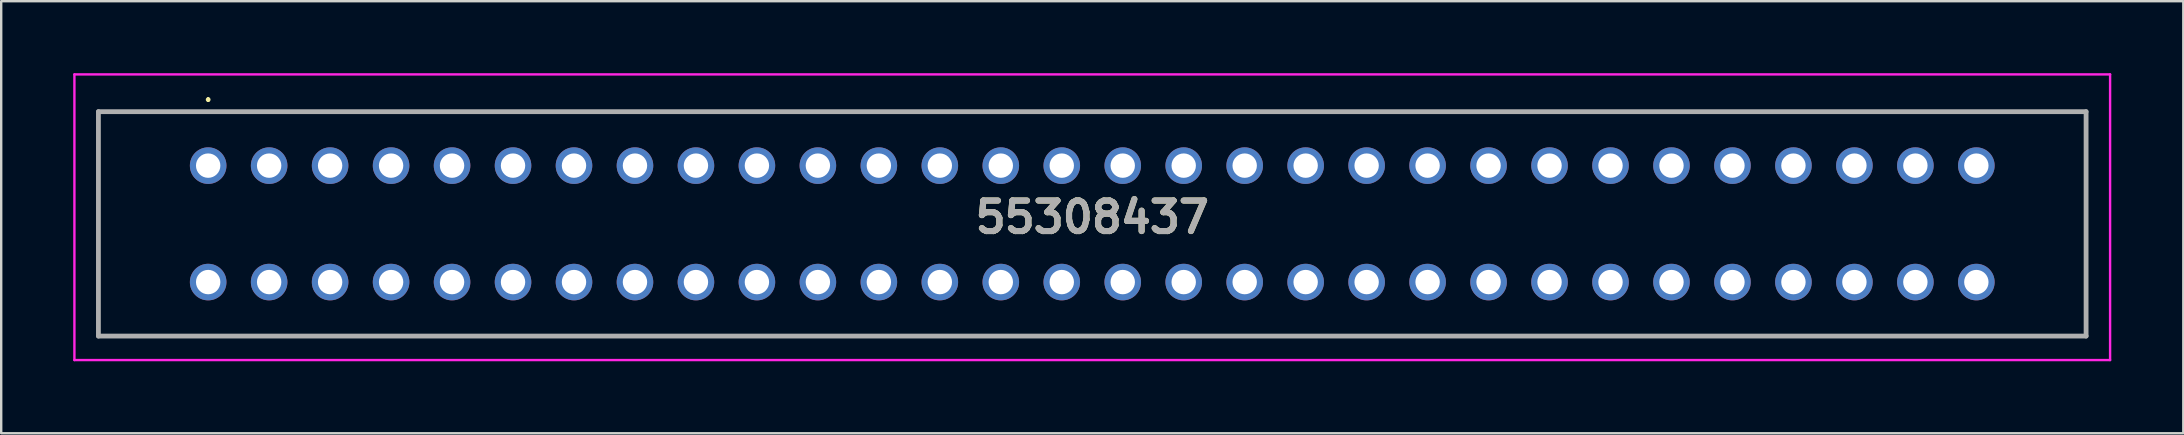
<source format=kicad_pcb>
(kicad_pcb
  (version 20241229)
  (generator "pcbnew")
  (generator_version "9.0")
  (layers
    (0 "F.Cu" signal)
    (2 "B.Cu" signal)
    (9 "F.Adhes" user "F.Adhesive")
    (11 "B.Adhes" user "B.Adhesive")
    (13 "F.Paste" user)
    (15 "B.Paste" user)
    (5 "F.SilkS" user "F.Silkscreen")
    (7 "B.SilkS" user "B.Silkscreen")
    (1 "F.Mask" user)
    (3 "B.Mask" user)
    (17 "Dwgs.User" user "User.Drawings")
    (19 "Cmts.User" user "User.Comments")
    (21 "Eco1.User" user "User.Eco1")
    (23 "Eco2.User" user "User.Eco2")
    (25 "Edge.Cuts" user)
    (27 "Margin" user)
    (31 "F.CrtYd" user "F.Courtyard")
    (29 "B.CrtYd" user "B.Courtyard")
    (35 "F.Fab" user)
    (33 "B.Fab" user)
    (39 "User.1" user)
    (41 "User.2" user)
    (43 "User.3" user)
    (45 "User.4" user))
  (footprint "55308437"
    (layer "F.Cu")
    (at 5.622 3.85)
    (property "Reference" "55308437" (at 36.83 2.15 0) (layer "F.SilkS") (effects (font (size 1.27 1.27) (thickness 0.254))))
    (attr through_hole)
    (fp_line (start -4.572 -2.248) (end 78.232 -2.248) (stroke (width 0.1) (type solid)) (layer "F.SilkS"))
    (fp_line (start -4.572 7.1) (end -4.572 -2.248) (stroke (width 0.1) (type solid)) (layer "F.SilkS"))
    (fp_line (start 0 -2.8) (end 0 -2.8) (stroke (width 0.1) (type solid)) (layer "F.SilkS"))
    (fp_line (start 0 -2.7) (end 0 -2.7) (stroke (width 0.1) (type solid)) (layer "F.SilkS"))
    (fp_line (start 78.232 -2.248) (end 78.232 7.1) (stroke (width 0.1) (type solid)) (layer "F.SilkS"))
    (fp_line (start 78.232 7.1) (end -4.572 7.1) (stroke (width 0.1) (type solid)) (layer "F.SilkS"))
    (fp_arc (start 0 -2.8) (mid 0.05 -2.75) (end 0 -2.7) (stroke (width 0.1) (type solid)) (layer "F.SilkS"))
    (fp_arc (start 0 -2.7) (mid -0.05 -2.75) (end 0 -2.8) (stroke (width 0.1) (type solid)) (layer "F.SilkS"))
    (fp_line (start -5.572 -3.8) (end 79.232 -3.8) (stroke (width 0.1) (type solid)) (layer "F.CrtYd"))
    (fp_line (start -5.572 8.1) (end -5.572 -3.8) (stroke (width 0.1) (type solid)) (layer "F.CrtYd"))
    (fp_line (start 79.232 -3.8) (end 79.232 8.1) (stroke (width 0.1) (type solid)) (layer "F.CrtYd"))
    (fp_line (start 79.232 8.1) (end -5.572 8.1) (stroke (width 0.1) (type solid)) (layer "F.CrtYd"))
    (fp_line (start -4.572 -2.248) (end 78.232 -2.248) (stroke (width 0.2) (type solid)) (layer "F.Fab"))
    (fp_line (start -4.572 7.1) (end -4.572 -2.248) (stroke (width 0.2) (type solid)) (layer "F.Fab"))
    (fp_line (start 78.232 -2.248) (end 78.232 7.1) (stroke (width 0.2) (type solid)) (layer "F.Fab"))
    (fp_line (start 78.232 7.1) (end -4.572 7.1) (stroke (width 0.2) (type solid)) (layer "F.Fab"))
    (fp_text user "${REFERENCE}" (at 36.83 2.15 0) (layer "F.Fab") (effects (font (size 1.27 1.27) (thickness 0.254))))
    (pad "1" thru_hole circle (at 0 0) (size 1.524 1.524) (drill 1.016) (layers "*.Cu" "*.Mask"))
    (pad "2" thru_hole circle (at 0 4.851) (size 1.524 1.524) (drill 1.016) (layers "*.Cu" "*.Mask"))
    (pad "3" thru_hole circle (at 2.54 0) (size 1.524 1.524) (drill 1.016) (layers "*.Cu" "*.Mask"))
    (pad "4" thru_hole circle (at 2.54 4.851) (size 1.524 1.524) (drill 1.016) (layers "*.Cu" "*.Mask"))
    (pad "5" thru_hole circle (at 5.08 0) (size 1.524 1.524) (drill 1.016) (layers "*.Cu" "*.Mask"))
    (pad "6" thru_hole circle (at 5.08 4.851) (size 1.524 1.524) (drill 1.016) (layers "*.Cu" "*.Mask"))
    (pad "7" thru_hole circle (at 7.62 0) (size 1.524 1.524) (drill 1.016) (layers "*.Cu" "*.Mask"))
    (pad "8" thru_hole circle (at 7.62 4.851) (size 1.524 1.524) (drill 1.016) (layers "*.Cu" "*.Mask"))
    (pad "9" thru_hole circle (at 10.16 0) (size 1.524 1.524) (drill 1.016) (layers "*.Cu" "*.Mask"))
    (pad "10" thru_hole circle (at 10.16 4.851) (size 1.524 1.524) (drill 1.016) (layers "*.Cu" "*.Mask"))
    (pad "11" thru_hole circle (at 12.7 0) (size 1.524 1.524) (drill 1.016) (layers "*.Cu" "*.Mask"))
    (pad "12" thru_hole circle (at 12.7 4.851) (size 1.524 1.524) (drill 1.016) (layers "*.Cu" "*.Mask"))
    (pad "13" thru_hole circle (at 15.24 0) (size 1.524 1.524) (drill 1.016) (layers "*.Cu" "*.Mask"))
    (pad "14" thru_hole circle (at 15.24 4.851) (size 1.524 1.524) (drill 1.016) (layers "*.Cu" "*.Mask"))
    (pad "15" thru_hole circle (at 17.78 0) (size 1.524 1.524) (drill 1.016) (layers "*.Cu" "*.Mask"))
    (pad "16" thru_hole circle (at 17.78 4.851) (size 1.524 1.524) (drill 1.016) (layers "*.Cu" "*.Mask"))
    (pad "17" thru_hole circle (at 20.32 0) (size 1.524 1.524) (drill 1.016) (layers "*.Cu" "*.Mask"))
    (pad "18" thru_hole circle (at 20.32 4.851) (size 1.524 1.524) (drill 1.016) (layers "*.Cu" "*.Mask"))
    (pad "19" thru_hole circle (at 22.86 0) (size 1.524 1.524) (drill 1.016) (layers "*.Cu" "*.Mask"))
    (pad "20" thru_hole circle (at 22.86 4.851) (size 1.524 1.524) (drill 1.016) (layers "*.Cu" "*.Mask"))
    (pad "21" thru_hole circle (at 25.4 0) (size 1.524 1.524) (drill 1.016) (layers "*.Cu" "*.Mask"))
    (pad "22" thru_hole circle (at 25.4 4.851) (size 1.524 1.524) (drill 1.016) (layers "*.Cu" "*.Mask"))
    (pad "23" thru_hole circle (at 27.94 0) (size 1.524 1.524) (drill 1.016) (layers "*.Cu" "*.Mask"))
    (pad "24" thru_hole circle (at 27.94 4.851) (size 1.524 1.524) (drill 1.016) (layers "*.Cu" "*.Mask"))
    (pad "25" thru_hole circle (at 30.48 0) (size 1.524 1.524) (drill 1.016) (layers "*.Cu" "*.Mask"))
    (pad "26" thru_hole circle (at 30.48 4.851) (size 1.524 1.524) (drill 1.016) (layers "*.Cu" "*.Mask"))
    (pad "27" thru_hole circle (at 33.02 0) (size 1.524 1.524) (drill 1.016) (layers "*.Cu" "*.Mask"))
    (pad "28" thru_hole circle (at 33.02 4.851) (size 1.524 1.524) (drill 1.016) (layers "*.Cu" "*.Mask"))
    (pad "29" thru_hole circle (at 35.56 0) (size 1.524 1.524) (drill 1.016) (layers "*.Cu" "*.Mask"))
    (pad "30" thru_hole circle (at 35.56 4.851) (size 1.524 1.524) (drill 1.016) (layers "*.Cu" "*.Mask"))
    (pad "31" thru_hole circle (at 38.1 0) (size 1.524 1.524) (drill 1.016) (layers "*.Cu" "*.Mask"))
    (pad "32" thru_hole circle (at 38.1 4.851) (size 1.524 1.524) (drill 1.016) (layers "*.Cu" "*.Mask"))
    (pad "33" thru_hole circle (at 40.64 0) (size 1.524 1.524) (drill 1.016) (layers "*.Cu" "*.Mask"))
    (pad "34" thru_hole circle (at 40.64 4.851) (size 1.524 1.524) (drill 1.016) (layers "*.Cu" "*.Mask"))
    (pad "35" thru_hole circle (at 43.18 0) (size 1.524 1.524) (drill 1.016) (layers "*.Cu" "*.Mask"))
    (pad "36" thru_hole circle (at 43.18 4.851) (size 1.524 1.524) (drill 1.016) (layers "*.Cu" "*.Mask"))
    (pad "37" thru_hole circle (at 45.72 0) (size 1.524 1.524) (drill 1.016) (layers "*.Cu" "*.Mask"))
    (pad "38" thru_hole circle (at 45.72 4.851) (size 1.524 1.524) (drill 1.016) (layers "*.Cu" "*.Mask"))
    (pad "39" thru_hole circle (at 48.26 0) (size 1.524 1.524) (drill 1.016) (layers "*.Cu" "*.Mask"))
    (pad "40" thru_hole circle (at 48.26 4.851) (size 1.524 1.524) (drill 1.016) (layers "*.Cu" "*.Mask"))
    (pad "41" thru_hole circle (at 50.8 0) (size 1.524 1.524) (drill 1.016) (layers "*.Cu" "*.Mask"))
    (pad "42" thru_hole circle (at 50.8 4.851) (size 1.524 1.524) (drill 1.016) (layers "*.Cu" "*.Mask"))
    (pad "43" thru_hole circle (at 53.34 0) (size 1.524 1.524) (drill 1.016) (layers "*.Cu" "*.Mask"))
    (pad "44" thru_hole circle (at 53.34 4.851) (size 1.524 1.524) (drill 1.016) (layers "*.Cu" "*.Mask"))
    (pad "45" thru_hole circle (at 55.88 0) (size 1.524 1.524) (drill 1.016) (layers "*.Cu" "*.Mask"))
    (pad "46" thru_hole circle (at 55.88 4.851) (size 1.524 1.524) (drill 1.016) (layers "*.Cu" "*.Mask"))
    (pad "47" thru_hole circle (at 58.42 0) (size 1.524 1.524) (drill 1.016) (layers "*.Cu" "*.Mask"))
    (pad "48" thru_hole circle (at 58.42 4.851) (size 1.524 1.524) (drill 1.016) (layers "*.Cu" "*.Mask"))
    (pad "49" thru_hole circle (at 60.96 0) (size 1.524 1.524) (drill 1.016) (layers "*.Cu" "*.Mask"))
    (pad "50" thru_hole circle (at 60.96 4.851) (size 1.524 1.524) (drill 1.016) (layers "*.Cu" "*.Mask"))
    (pad "51" thru_hole circle (at 63.5 0) (size 1.524 1.524) (drill 1.016) (layers "*.Cu" "*.Mask"))
    (pad "52" thru_hole circle (at 63.5 4.851) (size 1.524 1.524) (drill 1.016) (layers "*.Cu" "*.Mask"))
    (pad "53" thru_hole circle (at 66.04 0) (size 1.524 1.524) (drill 1.016) (layers "*.Cu" "*.Mask"))
    (pad "54" thru_hole circle (at 66.04 4.851) (size 1.524 1.524) (drill 1.016) (layers "*.Cu" "*.Mask"))
    (pad "55" thru_hole circle (at 68.58 0) (size 1.524 1.524) (drill 1.016) (layers "*.Cu" "*.Mask"))
    (pad "56" thru_hole circle (at 68.58 4.851) (size 1.524 1.524) (drill 1.016) (layers "*.Cu" "*.Mask"))
    (pad "57" thru_hole circle (at 71.12 0) (size 1.524 1.524) (drill 1.016) (layers "*.Cu" "*.Mask"))
    (pad "58" thru_hole circle (at 71.12 4.851) (size 1.524 1.524) (drill 1.016) (layers "*.Cu" "*.Mask"))
    (pad "59" thru_hole circle (at 73.66 0) (size 1.524 1.524) (drill 1.016) (layers "*.Cu" "*.Mask"))
    (pad "60" thru_hole circle (at 73.66 4.851) (size 1.524 1.524) (drill 1.016) (layers "*.Cu" "*.Mask")))
  (gr_rect
    (start -3 -3)
    (end 87.904 15)
    (stroke (width 0.1) (type default))
    (fill no)
    (layer "Edge.Cuts")))
</source>
